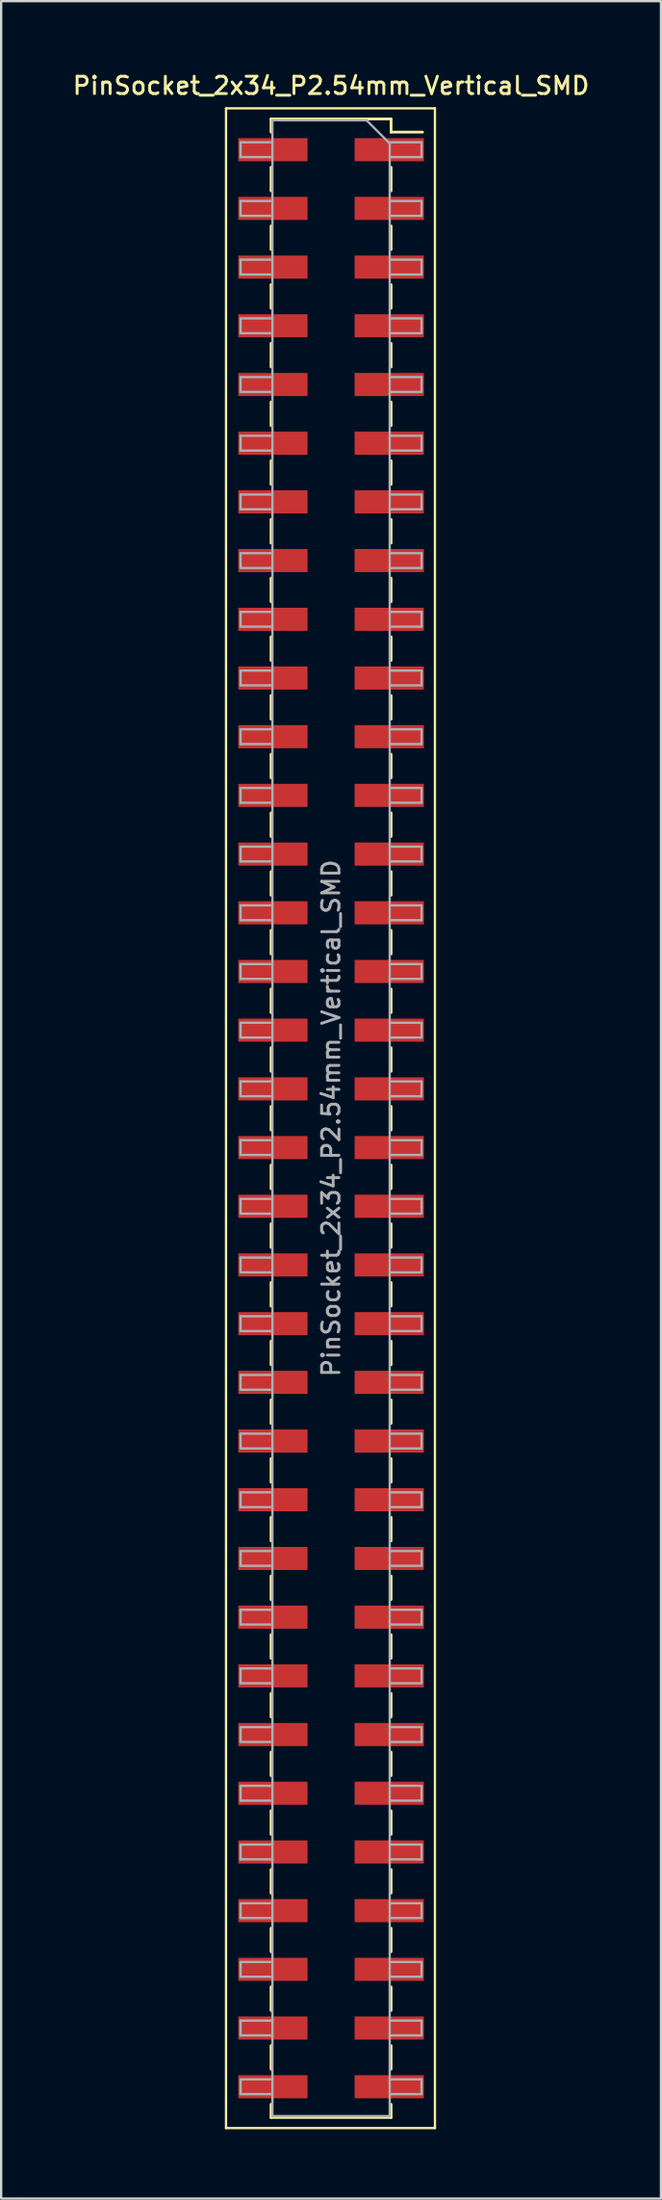
<source format=kicad_pcb>
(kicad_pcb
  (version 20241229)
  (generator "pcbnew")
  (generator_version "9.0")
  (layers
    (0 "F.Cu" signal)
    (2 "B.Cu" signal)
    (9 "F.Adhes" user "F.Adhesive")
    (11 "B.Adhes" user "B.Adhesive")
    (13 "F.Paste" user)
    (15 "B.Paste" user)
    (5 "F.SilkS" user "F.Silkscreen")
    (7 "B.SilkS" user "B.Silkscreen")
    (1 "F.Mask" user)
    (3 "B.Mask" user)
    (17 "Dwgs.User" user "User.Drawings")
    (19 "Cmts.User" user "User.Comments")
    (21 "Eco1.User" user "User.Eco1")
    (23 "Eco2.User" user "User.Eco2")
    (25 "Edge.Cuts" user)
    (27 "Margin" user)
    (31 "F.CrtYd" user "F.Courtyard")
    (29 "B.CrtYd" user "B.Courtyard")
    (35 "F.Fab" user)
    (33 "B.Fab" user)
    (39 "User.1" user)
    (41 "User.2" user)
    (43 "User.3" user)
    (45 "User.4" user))
  (footprint "PinSocket_2x34_P2.54mm_Vertical_SMD"
    (layer "F.Cu")
    (at 11.291 45.338)
    (property "Reference" "PinSocket_2x34_P2.54mm_Vertical_SMD" (at 0 -44.68 0) (layer "F.SilkS") (effects (font (size 0.75 0.75) (thickness 0.125))))
    (attr smd)
    (fp_line (start -4.55 -43.7) (end 4.5 -43.7) (stroke (width 0.1) (type solid)) (layer "F.SilkS"))
    (fp_line (start -4.55 43.7) (end -4.55 -43.7) (stroke (width 0.1) (type solid)) (layer "F.SilkS"))
    (fp_line (start -2.6 -43.24) (end -2.6 -42.67) (stroke (width 0.12) (type solid)) (layer "F.SilkS"))
    (fp_line (start -2.6 -43.24) (end 2.6 -43.24) (stroke (width 0.12) (type solid)) (layer "F.SilkS"))
    (fp_line (start -2.6 -41.15) (end -2.6 -40.13) (stroke (width 0.12) (type solid)) (layer "F.SilkS"))
    (fp_line (start -2.6 -38.61) (end -2.6 -37.59) (stroke (width 0.12) (type solid)) (layer "F.SilkS"))
    (fp_line (start -2.6 -36.07) (end -2.6 -35.05) (stroke (width 0.12) (type solid)) (layer "F.SilkS"))
    (fp_line (start -2.6 -33.53) (end -2.6 -32.51) (stroke (width 0.12) (type solid)) (layer "F.SilkS"))
    (fp_line (start -2.6 -30.99) (end -2.6 -29.97) (stroke (width 0.12) (type solid)) (layer "F.SilkS"))
    (fp_line (start -2.6 -28.45) (end -2.6 -27.43) (stroke (width 0.12) (type solid)) (layer "F.SilkS"))
    (fp_line (start -2.6 -25.91) (end -2.6 -24.89) (stroke (width 0.12) (type solid)) (layer "F.SilkS"))
    (fp_line (start -2.6 -23.37) (end -2.6 -22.35) (stroke (width 0.12) (type solid)) (layer "F.SilkS"))
    (fp_line (start -2.6 -20.83) (end -2.6 -19.81) (stroke (width 0.12) (type solid)) (layer "F.SilkS"))
    (fp_line (start -2.6 -18.29) (end -2.6 -17.27) (stroke (width 0.12) (type solid)) (layer "F.SilkS"))
    (fp_line (start -2.6 -15.75) (end -2.6 -14.73) (stroke (width 0.12) (type solid)) (layer "F.SilkS"))
    (fp_line (start -2.6 -13.21) (end -2.6 -12.19) (stroke (width 0.12) (type solid)) (layer "F.SilkS"))
    (fp_line (start -2.6 -10.67) (end -2.6 -9.65) (stroke (width 0.12) (type solid)) (layer "F.SilkS"))
    (fp_line (start -2.6 -8.13) (end -2.6 -7.11) (stroke (width 0.12) (type solid)) (layer "F.SilkS"))
    (fp_line (start -2.6 -5.59) (end -2.6 -4.57) (stroke (width 0.12) (type solid)) (layer "F.SilkS"))
    (fp_line (start -2.6 -3.05) (end -2.6 -2.03) (stroke (width 0.12) (type solid)) (layer "F.SilkS"))
    (fp_line (start -2.6 -0.51) (end -2.6 0.51) (stroke (width 0.12) (type solid)) (layer "F.SilkS"))
    (fp_line (start -2.6 2.03) (end -2.6 3.05) (stroke (width 0.12) (type solid)) (layer "F.SilkS"))
    (fp_line (start -2.6 4.57) (end -2.6 5.59) (stroke (width 0.12) (type solid)) (layer "F.SilkS"))
    (fp_line (start -2.6 7.11) (end -2.6 8.13) (stroke (width 0.12) (type solid)) (layer "F.SilkS"))
    (fp_line (start -2.6 9.65) (end -2.6 10.67) (stroke (width 0.12) (type solid)) (layer "F.SilkS"))
    (fp_line (start -2.6 12.19) (end -2.6 13.21) (stroke (width 0.12) (type solid)) (layer "F.SilkS"))
    (fp_line (start -2.6 14.73) (end -2.6 15.75) (stroke (width 0.12) (type solid)) (layer "F.SilkS"))
    (fp_line (start -2.6 17.27) (end -2.6 18.29) (stroke (width 0.12) (type solid)) (layer "F.SilkS"))
    (fp_line (start -2.6 19.81) (end -2.6 20.83) (stroke (width 0.12) (type solid)) (layer "F.SilkS"))
    (fp_line (start -2.6 22.35) (end -2.6 23.37) (stroke (width 0.12) (type solid)) (layer "F.SilkS"))
    (fp_line (start -2.6 24.89) (end -2.6 25.91) (stroke (width 0.12) (type solid)) (layer "F.SilkS"))
    (fp_line (start -2.6 27.43) (end -2.6 28.45) (stroke (width 0.12) (type solid)) (layer "F.SilkS"))
    (fp_line (start -2.6 29.97) (end -2.6 30.99) (stroke (width 0.12) (type solid)) (layer "F.SilkS"))
    (fp_line (start -2.6 32.51) (end -2.6 33.53) (stroke (width 0.12) (type solid)) (layer "F.SilkS"))
    (fp_line (start -2.6 35.05) (end -2.6 36.07) (stroke (width 0.12) (type solid)) (layer "F.SilkS"))
    (fp_line (start -2.6 37.59) (end -2.6 38.61) (stroke (width 0.12) (type solid)) (layer "F.SilkS"))
    (fp_line (start -2.6 40.13) (end -2.6 41.15) (stroke (width 0.12) (type solid)) (layer "F.SilkS"))
    (fp_line (start -2.6 42.67) (end -2.6 43.24) (stroke (width 0.12) (type solid)) (layer "F.SilkS"))
    (fp_line (start -2.6 43.24) (end 2.6 43.24) (stroke (width 0.12) (type solid)) (layer "F.SilkS"))
    (fp_line (start 2.6 -43.24) (end 2.6 -42.67) (stroke (width 0.12) (type solid)) (layer "F.SilkS"))
    (fp_line (start 2.6 -42.67) (end 3.96 -42.67) (stroke (width 0.12) (type solid)) (layer "F.SilkS"))
    (fp_line (start 2.6 -41.15) (end 2.6 -40.13) (stroke (width 0.12) (type solid)) (layer "F.SilkS"))
    (fp_line (start 2.6 -38.61) (end 2.6 -37.59) (stroke (width 0.12) (type solid)) (layer "F.SilkS"))
    (fp_line (start 2.6 -36.07) (end 2.6 -35.05) (stroke (width 0.12) (type solid)) (layer "F.SilkS"))
    (fp_line (start 2.6 -33.53) (end 2.6 -32.51) (stroke (width 0.12) (type solid)) (layer "F.SilkS"))
    (fp_line (start 2.6 -30.99) (end 2.6 -29.97) (stroke (width 0.12) (type solid)) (layer "F.SilkS"))
    (fp_line (start 2.6 -28.45) (end 2.6 -27.43) (stroke (width 0.12) (type solid)) (layer "F.SilkS"))
    (fp_line (start 2.6 -25.91) (end 2.6 -24.89) (stroke (width 0.12) (type solid)) (layer "F.SilkS"))
    (fp_line (start 2.6 -23.37) (end 2.6 -22.35) (stroke (width 0.12) (type solid)) (layer "F.SilkS"))
    (fp_line (start 2.6 -20.83) (end 2.6 -19.81) (stroke (width 0.12) (type solid)) (layer "F.SilkS"))
    (fp_line (start 2.6 -18.29) (end 2.6 -17.27) (stroke (width 0.12) (type solid)) (layer "F.SilkS"))
    (fp_line (start 2.6 -15.75) (end 2.6 -14.73) (stroke (width 0.12) (type solid)) (layer "F.SilkS"))
    (fp_line (start 2.6 -13.21) (end 2.6 -12.19) (stroke (width 0.12) (type solid)) (layer "F.SilkS"))
    (fp_line (start 2.6 -10.67) (end 2.6 -9.65) (stroke (width 0.12) (type solid)) (layer "F.SilkS"))
    (fp_line (start 2.6 -8.13) (end 2.6 -7.11) (stroke (width 0.12) (type solid)) (layer "F.SilkS"))
    (fp_line (start 2.6 -5.59) (end 2.6 -4.57) (stroke (width 0.12) (type solid)) (layer "F.SilkS"))
    (fp_line (start 2.6 -3.05) (end 2.6 -2.03) (stroke (width 0.12) (type solid)) (layer "F.SilkS"))
    (fp_line (start 2.6 -0.51) (end 2.6 0.51) (stroke (width 0.12) (type solid)) (layer "F.SilkS"))
    (fp_line (start 2.6 2.03) (end 2.6 3.05) (stroke (width 0.12) (type solid)) (layer "F.SilkS"))
    (fp_line (start 2.6 4.57) (end 2.6 5.59) (stroke (width 0.12) (type solid)) (layer "F.SilkS"))
    (fp_line (start 2.6 7.11) (end 2.6 8.13) (stroke (width 0.12) (type solid)) (layer "F.SilkS"))
    (fp_line (start 2.6 9.65) (end 2.6 10.67) (stroke (width 0.12) (type solid)) (layer "F.SilkS"))
    (fp_line (start 2.6 12.19) (end 2.6 13.21) (stroke (width 0.12) (type solid)) (layer "F.SilkS"))
    (fp_line (start 2.6 14.73) (end 2.6 15.75) (stroke (width 0.12) (type solid)) (layer "F.SilkS"))
    (fp_line (start 2.6 17.27) (end 2.6 18.29) (stroke (width 0.12) (type solid)) (layer "F.SilkS"))
    (fp_line (start 2.6 19.81) (end 2.6 20.83) (stroke (width 0.12) (type solid)) (layer "F.SilkS"))
    (fp_line (start 2.6 22.35) (end 2.6 23.37) (stroke (width 0.12) (type solid)) (layer "F.SilkS"))
    (fp_line (start 2.6 24.89) (end 2.6 25.91) (stroke (width 0.12) (type solid)) (layer "F.SilkS"))
    (fp_line (start 2.6 27.43) (end 2.6 28.45) (stroke (width 0.12) (type solid)) (layer "F.SilkS"))
    (fp_line (start 2.6 29.97) (end 2.6 30.99) (stroke (width 0.12) (type solid)) (layer "F.SilkS"))
    (fp_line (start 2.6 32.51) (end 2.6 33.53) (stroke (width 0.12) (type solid)) (layer "F.SilkS"))
    (fp_line (start 2.6 35.05) (end 2.6 36.07) (stroke (width 0.12) (type solid)) (layer "F.SilkS"))
    (fp_line (start 2.6 37.59) (end 2.6 38.61) (stroke (width 0.12) (type solid)) (layer "F.SilkS"))
    (fp_line (start 2.6 40.13) (end 2.6 41.15) (stroke (width 0.12) (type solid)) (layer "F.SilkS"))
    (fp_line (start 2.6 42.67) (end 2.6 43.24) (stroke (width 0.12) (type solid)) (layer "F.SilkS"))
    (fp_line (start 4.5 -43.7) (end 4.5 43.7) (stroke (width 0.1) (type solid)) (layer "F.SilkS"))
    (fp_line (start 4.5 43.7) (end -4.55 43.7) (stroke (width 0.1) (type solid)) (layer "F.SilkS"))
    (fp_line (start -3.92 -42.23) (end -2.54 -42.23) (stroke (width 0.1) (type solid)) (layer "F.Fab"))
    (fp_line (start -3.92 -41.59) (end -3.92 -42.23) (stroke (width 0.1) (type solid)) (layer "F.Fab"))
    (fp_line (start -3.92 -39.69) (end -2.54 -39.69) (stroke (width 0.1) (type solid)) (layer "F.Fab"))
    (fp_line (start -3.92 -39.05) (end -3.92 -39.69) (stroke (width 0.1) (type solid)) (layer "F.Fab"))
    (fp_line (start -3.92 -37.15) (end -2.54 -37.15) (stroke (width 0.1) (type solid)) (layer "F.Fab"))
    (fp_line (start -3.92 -36.51) (end -3.92 -37.15) (stroke (width 0.1) (type solid)) (layer "F.Fab"))
    (fp_line (start -3.92 -34.61) (end -2.54 -34.61) (stroke (width 0.1) (type solid)) (layer "F.Fab"))
    (fp_line (start -3.92 -33.97) (end -3.92 -34.61) (stroke (width 0.1) (type solid)) (layer "F.Fab"))
    (fp_line (start -3.92 -32.07) (end -2.54 -32.07) (stroke (width 0.1) (type solid)) (layer "F.Fab"))
    (fp_line (start -3.92 -31.43) (end -3.92 -32.07) (stroke (width 0.1) (type solid)) (layer "F.Fab"))
    (fp_line (start -3.92 -29.53) (end -2.54 -29.53) (stroke (width 0.1) (type solid)) (layer "F.Fab"))
    (fp_line (start -3.92 -28.89) (end -3.92 -29.53) (stroke (width 0.1) (type solid)) (layer "F.Fab"))
    (fp_line (start -3.92 -26.99) (end -2.54 -26.99) (stroke (width 0.1) (type solid)) (layer "F.Fab"))
    (fp_line (start -3.92 -26.35) (end -3.92 -26.99) (stroke (width 0.1) (type solid)) (layer "F.Fab"))
    (fp_line (start -3.92 -24.45) (end -2.54 -24.45) (stroke (width 0.1) (type solid)) (layer "F.Fab"))
    (fp_line (start -3.92 -23.81) (end -3.92 -24.45) (stroke (width 0.1) (type solid)) (layer "F.Fab"))
    (fp_line (start -3.92 -21.91) (end -2.54 -21.91) (stroke (width 0.1) (type solid)) (layer "F.Fab"))
    (fp_line (start -3.92 -21.27) (end -3.92 -21.91) (stroke (width 0.1) (type solid)) (layer "F.Fab"))
    (fp_line (start -3.92 -19.37) (end -2.54 -19.37) (stroke (width 0.1) (type solid)) (layer "F.Fab"))
    (fp_line (start -3.92 -18.73) (end -3.92 -19.37) (stroke (width 0.1) (type solid)) (layer "F.Fab"))
    (fp_line (start -3.92 -16.83) (end -2.54 -16.83) (stroke (width 0.1) (type solid)) (layer "F.Fab"))
    (fp_line (start -3.92 -16.19) (end -3.92 -16.83) (stroke (width 0.1) (type solid)) (layer "F.Fab"))
    (fp_line (start -3.92 -14.29) (end -2.54 -14.29) (stroke (width 0.1) (type solid)) (layer "F.Fab"))
    (fp_line (start -3.92 -13.65) (end -3.92 -14.29) (stroke (width 0.1) (type solid)) (layer "F.Fab"))
    (fp_line (start -3.92 -11.75) (end -2.54 -11.75) (stroke (width 0.1) (type solid)) (layer "F.Fab"))
    (fp_line (start -3.92 -11.11) (end -3.92 -11.75) (stroke (width 0.1) (type solid)) (layer "F.Fab"))
    (fp_line (start -3.92 -9.21) (end -2.54 -9.21) (stroke (width 0.1) (type solid)) (layer "F.Fab"))
    (fp_line (start -3.92 -8.57) (end -3.92 -9.21) (stroke (width 0.1) (type solid)) (layer "F.Fab"))
    (fp_line (start -3.92 -6.67) (end -2.54 -6.67) (stroke (width 0.1) (type solid)) (layer "F.Fab"))
    (fp_line (start -3.92 -6.03) (end -3.92 -6.67) (stroke (width 0.1) (type solid)) (layer "F.Fab"))
    (fp_line (start -3.92 -4.13) (end -2.54 -4.13) (stroke (width 0.1) (type solid)) (layer "F.Fab"))
    (fp_line (start -3.92 -3.49) (end -3.92 -4.13) (stroke (width 0.1) (type solid)) (layer "F.Fab"))
    (fp_line (start -3.92 -1.59) (end -2.54 -1.59) (stroke (width 0.1) (type solid)) (layer "F.Fab"))
    (fp_line (start -3.92 -0.95) (end -3.92 -1.59) (stroke (width 0.1) (type solid)) (layer "F.Fab"))
    (fp_line (start -3.92 0.95) (end -2.54 0.95) (stroke (width 0.1) (type solid)) (layer "F.Fab"))
    (fp_line (start -3.92 1.59) (end -3.92 0.95) (stroke (width 0.1) (type solid)) (layer "F.Fab"))
    (fp_line (start -3.92 3.49) (end -2.54 3.49) (stroke (width 0.1) (type solid)) (layer "F.Fab"))
    (fp_line (start -3.92 4.13) (end -3.92 3.49) (stroke (width 0.1) (type solid)) (layer "F.Fab"))
    (fp_line (start -3.92 6.03) (end -2.54 6.03) (stroke (width 0.1) (type solid)) (layer "F.Fab"))
    (fp_line (start -3.92 6.67) (end -3.92 6.03) (stroke (width 0.1) (type solid)) (layer "F.Fab"))
    (fp_line (start -3.92 8.57) (end -2.54 8.57) (stroke (width 0.1) (type solid)) (layer "F.Fab"))
    (fp_line (start -3.92 9.21) (end -3.92 8.57) (stroke (width 0.1) (type solid)) (layer "F.Fab"))
    (fp_line (start -3.92 11.11) (end -2.54 11.11) (stroke (width 0.1) (type solid)) (layer "F.Fab"))
    (fp_line (start -3.92 11.75) (end -3.92 11.11) (stroke (width 0.1) (type solid)) (layer "F.Fab"))
    (fp_line (start -3.92 13.65) (end -2.54 13.65) (stroke (width 0.1) (type solid)) (layer "F.Fab"))
    (fp_line (start -3.92 14.29) (end -3.92 13.65) (stroke (width 0.1) (type solid)) (layer "F.Fab"))
    (fp_line (start -3.92 16.19) (end -2.54 16.19) (stroke (width 0.1) (type solid)) (layer "F.Fab"))
    (fp_line (start -3.92 16.83) (end -3.92 16.19) (stroke (width 0.1) (type solid)) (layer "F.Fab"))
    (fp_line (start -3.92 18.73) (end -2.54 18.73) (stroke (width 0.1) (type solid)) (layer "F.Fab"))
    (fp_line (start -3.92 19.37) (end -3.92 18.73) (stroke (width 0.1) (type solid)) (layer "F.Fab"))
    (fp_line (start -3.92 21.27) (end -2.54 21.27) (stroke (width 0.1) (type solid)) (layer "F.Fab"))
    (fp_line (start -3.92 21.91) (end -3.92 21.27) (stroke (width 0.1) (type solid)) (layer "F.Fab"))
    (fp_line (start -3.92 23.81) (end -2.54 23.81) (stroke (width 0.1) (type solid)) (layer "F.Fab"))
    (fp_line (start -3.92 24.45) (end -3.92 23.81) (stroke (width 0.1) (type solid)) (layer "F.Fab"))
    (fp_line (start -3.92 26.35) (end -2.54 26.35) (stroke (width 0.1) (type solid)) (layer "F.Fab"))
    (fp_line (start -3.92 26.99) (end -3.92 26.35) (stroke (width 0.1) (type solid)) (layer "F.Fab"))
    (fp_line (start -3.92 28.89) (end -2.54 28.89) (stroke (width 0.1) (type solid)) (layer "F.Fab"))
    (fp_line (start -3.92 29.53) (end -3.92 28.89) (stroke (width 0.1) (type solid)) (layer "F.Fab"))
    (fp_line (start -3.92 31.43) (end -2.54 31.43) (stroke (width 0.1) (type solid)) (layer "F.Fab"))
    (fp_line (start -3.92 32.07) (end -3.92 31.43) (stroke (width 0.1) (type solid)) (layer "F.Fab"))
    (fp_line (start -3.92 33.97) (end -2.54 33.97) (stroke (width 0.1) (type solid)) (layer "F.Fab"))
    (fp_line (start -3.92 34.61) (end -3.92 33.97) (stroke (width 0.1) (type solid)) (layer "F.Fab"))
    (fp_line (start -3.92 36.51) (end -2.54 36.51) (stroke (width 0.1) (type solid)) (layer "F.Fab"))
    (fp_line (start -3.92 37.15) (end -3.92 36.51) (stroke (width 0.1) (type solid)) (layer "F.Fab"))
    (fp_line (start -3.92 39.05) (end -2.54 39.05) (stroke (width 0.1) (type solid)) (layer "F.Fab"))
    (fp_line (start -3.92 39.69) (end -3.92 39.05) (stroke (width 0.1) (type solid)) (layer "F.Fab"))
    (fp_line (start -3.92 41.59) (end -2.54 41.59) (stroke (width 0.1) (type solid)) (layer "F.Fab"))
    (fp_line (start -3.92 42.23) (end -3.92 41.59) (stroke (width 0.1) (type solid)) (layer "F.Fab"))
    (fp_line (start -2.54 -43.18) (end 1.54 -43.18) (stroke (width 0.1) (type solid)) (layer "F.Fab"))
    (fp_line (start -2.54 -41.59) (end -3.92 -41.59) (stroke (width 0.1) (type solid)) (layer "F.Fab"))
    (fp_line (start -2.54 -39.05) (end -3.92 -39.05) (stroke (width 0.1) (type solid)) (layer "F.Fab"))
    (fp_line (start -2.54 -36.51) (end -3.92 -36.51) (stroke (width 0.1) (type solid)) (layer "F.Fab"))
    (fp_line (start -2.54 -33.97) (end -3.92 -33.97) (stroke (width 0.1) (type solid)) (layer "F.Fab"))
    (fp_line (start -2.54 -31.43) (end -3.92 -31.43) (stroke (width 0.1) (type solid)) (layer "F.Fab"))
    (fp_line (start -2.54 -28.89) (end -3.92 -28.89) (stroke (width 0.1) (type solid)) (layer "F.Fab"))
    (fp_line (start -2.54 -26.35) (end -3.92 -26.35) (stroke (width 0.1) (type solid)) (layer "F.Fab"))
    (fp_line (start -2.54 -23.81) (end -3.92 -23.81) (stroke (width 0.1) (type solid)) (layer "F.Fab"))
    (fp_line (start -2.54 -21.27) (end -3.92 -21.27) (stroke (width 0.1) (type solid)) (layer "F.Fab"))
    (fp_line (start -2.54 -18.73) (end -3.92 -18.73) (stroke (width 0.1) (type solid)) (layer "F.Fab"))
    (fp_line (start -2.54 -16.19) (end -3.92 -16.19) (stroke (width 0.1) (type solid)) (layer "F.Fab"))
    (fp_line (start -2.54 -13.65) (end -3.92 -13.65) (stroke (width 0.1) (type solid)) (layer "F.Fab"))
    (fp_line (start -2.54 -11.11) (end -3.92 -11.11) (stroke (width 0.1) (type solid)) (layer "F.Fab"))
    (fp_line (start -2.54 -8.57) (end -3.92 -8.57) (stroke (width 0.1) (type solid)) (layer "F.Fab"))
    (fp_line (start -2.54 -6.03) (end -3.92 -6.03) (stroke (width 0.1) (type solid)) (layer "F.Fab"))
    (fp_line (start -2.54 -3.49) (end -3.92 -3.49) (stroke (width 0.1) (type solid)) (layer "F.Fab"))
    (fp_line (start -2.54 -0.95) (end -3.92 -0.95) (stroke (width 0.1) (type solid)) (layer "F.Fab"))
    (fp_line (start -2.54 1.59) (end -3.92 1.59) (stroke (width 0.1) (type solid)) (layer "F.Fab"))
    (fp_line (start -2.54 4.13) (end -3.92 4.13) (stroke (width 0.1) (type solid)) (layer "F.Fab"))
    (fp_line (start -2.54 6.67) (end -3.92 6.67) (stroke (width 0.1) (type solid)) (layer "F.Fab"))
    (fp_line (start -2.54 9.21) (end -3.92 9.21) (stroke (width 0.1) (type solid)) (layer "F.Fab"))
    (fp_line (start -2.54 11.75) (end -3.92 11.75) (stroke (width 0.1) (type solid)) (layer "F.Fab"))
    (fp_line (start -2.54 14.29) (end -3.92 14.29) (stroke (width 0.1) (type solid)) (layer "F.Fab"))
    (fp_line (start -2.54 16.83) (end -3.92 16.83) (stroke (width 0.1) (type solid)) (layer "F.Fab"))
    (fp_line (start -2.54 19.37) (end -3.92 19.37) (stroke (width 0.1) (type solid)) (layer "F.Fab"))
    (fp_line (start -2.54 21.91) (end -3.92 21.91) (stroke (width 0.1) (type solid)) (layer "F.Fab"))
    (fp_line (start -2.54 24.45) (end -3.92 24.45) (stroke (width 0.1) (type solid)) (layer "F.Fab"))
    (fp_line (start -2.54 26.99) (end -3.92 26.99) (stroke (width 0.1) (type solid)) (layer "F.Fab"))
    (fp_line (start -2.54 29.53) (end -3.92 29.53) (stroke (width 0.1) (type solid)) (layer "F.Fab"))
    (fp_line (start -2.54 32.07) (end -3.92 32.07) (stroke (width 0.1) (type solid)) (layer "F.Fab"))
    (fp_line (start -2.54 34.61) (end -3.92 34.61) (stroke (width 0.1) (type solid)) (layer "F.Fab"))
    (fp_line (start -2.54 37.15) (end -3.92 37.15) (stroke (width 0.1) (type solid)) (layer "F.Fab"))
    (fp_line (start -2.54 39.69) (end -3.92 39.69) (stroke (width 0.1) (type solid)) (layer "F.Fab"))
    (fp_line (start -2.54 42.23) (end -3.92 42.23) (stroke (width 0.1) (type solid)) (layer "F.Fab"))
    (fp_line (start -2.54 43.18) (end -2.54 -43.18) (stroke (width 0.1) (type solid)) (layer "F.Fab"))
    (fp_line (start 1.54 -43.18) (end 2.54 -42.18) (stroke (width 0.1) (type solid)) (layer "F.Fab"))
    (fp_line (start 2.54 -42.23) (end 3.92 -42.23) (stroke (width 0.1) (type solid)) (layer "F.Fab"))
    (fp_line (start 2.54 -42.18) (end 2.54 43.18) (stroke (width 0.1) (type solid)) (layer "F.Fab"))
    (fp_line (start 2.54 -39.69) (end 3.92 -39.69) (stroke (width 0.1) (type solid)) (layer "F.Fab"))
    (fp_line (start 2.54 -37.15) (end 3.92 -37.15) (stroke (width 0.1) (type solid)) (layer "F.Fab"))
    (fp_line (start 2.54 -34.61) (end 3.92 -34.61) (stroke (width 0.1) (type solid)) (layer "F.Fab"))
    (fp_line (start 2.54 -32.07) (end 3.92 -32.07) (stroke (width 0.1) (type solid)) (layer "F.Fab"))
    (fp_line (start 2.54 -29.53) (end 3.92 -29.53) (stroke (width 0.1) (type solid)) (layer "F.Fab"))
    (fp_line (start 2.54 -26.99) (end 3.92 -26.99) (stroke (width 0.1) (type solid)) (layer "F.Fab"))
    (fp_line (start 2.54 -24.45) (end 3.92 -24.45) (stroke (width 0.1) (type solid)) (layer "F.Fab"))
    (fp_line (start 2.54 -21.91) (end 3.92 -21.91) (stroke (width 0.1) (type solid)) (layer "F.Fab"))
    (fp_line (start 2.54 -19.37) (end 3.92 -19.37) (stroke (width 0.1) (type solid)) (layer "F.Fab"))
    (fp_line (start 2.54 -16.83) (end 3.92 -16.83) (stroke (width 0.1) (type solid)) (layer "F.Fab"))
    (fp_line (start 2.54 -14.29) (end 3.92 -14.29) (stroke (width 0.1) (type solid)) (layer "F.Fab"))
    (fp_line (start 2.54 -11.75) (end 3.92 -11.75) (stroke (width 0.1) (type solid)) (layer "F.Fab"))
    (fp_line (start 2.54 -9.21) (end 3.92 -9.21) (stroke (width 0.1) (type solid)) (layer "F.Fab"))
    (fp_line (start 2.54 -6.67) (end 3.92 -6.67) (stroke (width 0.1) (type solid)) (layer "F.Fab"))
    (fp_line (start 2.54 -4.13) (end 3.92 -4.13) (stroke (width 0.1) (type solid)) (layer "F.Fab"))
    (fp_line (start 2.54 -1.59) (end 3.92 -1.59) (stroke (width 0.1) (type solid)) (layer "F.Fab"))
    (fp_line (start 2.54 0.95) (end 3.92 0.95) (stroke (width 0.1) (type solid)) (layer "F.Fab"))
    (fp_line (start 2.54 3.49) (end 3.92 3.49) (stroke (width 0.1) (type solid)) (layer "F.Fab"))
    (fp_line (start 2.54 6.03) (end 3.92 6.03) (stroke (width 0.1) (type solid)) (layer "F.Fab"))
    (fp_line (start 2.54 8.57) (end 3.92 8.57) (stroke (width 0.1) (type solid)) (layer "F.Fab"))
    (fp_line (start 2.54 11.11) (end 3.92 11.11) (stroke (width 0.1) (type solid)) (layer "F.Fab"))
    (fp_line (start 2.54 13.65) (end 3.92 13.65) (stroke (width 0.1) (type solid)) (layer "F.Fab"))
    (fp_line (start 2.54 16.19) (end 3.92 16.19) (stroke (width 0.1) (type solid)) (layer "F.Fab"))
    (fp_line (start 2.54 18.73) (end 3.92 18.73) (stroke (width 0.1) (type solid)) (layer "F.Fab"))
    (fp_line (start 2.54 21.27) (end 3.92 21.27) (stroke (width 0.1) (type solid)) (layer "F.Fab"))
    (fp_line (start 2.54 23.81) (end 3.92 23.81) (stroke (width 0.1) (type solid)) (layer "F.Fab"))
    (fp_line (start 2.54 26.35) (end 3.92 26.35) (stroke (width 0.1) (type solid)) (layer "F.Fab"))
    (fp_line (start 2.54 28.89) (end 3.92 28.89) (stroke (width 0.1) (type solid)) (layer "F.Fab"))
    (fp_line (start 2.54 31.43) (end 3.92 31.43) (stroke (width 0.1) (type solid)) (layer "F.Fab"))
    (fp_line (start 2.54 33.97) (end 3.92 33.97) (stroke (width 0.1) (type solid)) (layer "F.Fab"))
    (fp_line (start 2.54 36.51) (end 3.92 36.51) (stroke (width 0.1) (type solid)) (layer "F.Fab"))
    (fp_line (start 2.54 39.05) (end 3.92 39.05) (stroke (width 0.1) (type solid)) (layer "F.Fab"))
    (fp_line (start 2.54 41.59) (end 3.92 41.59) (stroke (width 0.1) (type solid)) (layer "F.Fab"))
    (fp_line (start 2.54 43.18) (end -2.54 43.18) (stroke (width 0.1) (type solid)) (layer "F.Fab"))
    (fp_line (start 3.92 -42.23) (end 3.92 -41.59) (stroke (width 0.1) (type solid)) (layer "F.Fab"))
    (fp_line (start 3.92 -41.59) (end 2.54 -41.59) (stroke (width 0.1) (type solid)) (layer "F.Fab"))
    (fp_line (start 3.92 -39.69) (end 3.92 -39.05) (stroke (width 0.1) (type solid)) (layer "F.Fab"))
    (fp_line (start 3.92 -39.05) (end 2.54 -39.05) (stroke (width 0.1) (type solid)) (layer "F.Fab"))
    (fp_line (start 3.92 -37.15) (end 3.92 -36.51) (stroke (width 0.1) (type solid)) (layer "F.Fab"))
    (fp_line (start 3.92 -36.51) (end 2.54 -36.51) (stroke (width 0.1) (type solid)) (layer "F.Fab"))
    (fp_line (start 3.92 -34.61) (end 3.92 -33.97) (stroke (width 0.1) (type solid)) (layer "F.Fab"))
    (fp_line (start 3.92 -33.97) (end 2.54 -33.97) (stroke (width 0.1) (type solid)) (layer "F.Fab"))
    (fp_line (start 3.92 -32.07) (end 3.92 -31.43) (stroke (width 0.1) (type solid)) (layer "F.Fab"))
    (fp_line (start 3.92 -31.43) (end 2.54 -31.43) (stroke (width 0.1) (type solid)) (layer "F.Fab"))
    (fp_line (start 3.92 -29.53) (end 3.92 -28.89) (stroke (width 0.1) (type solid)) (layer "F.Fab"))
    (fp_line (start 3.92 -28.89) (end 2.54 -28.89) (stroke (width 0.1) (type solid)) (layer "F.Fab"))
    (fp_line (start 3.92 -26.99) (end 3.92 -26.35) (stroke (width 0.1) (type solid)) (layer "F.Fab"))
    (fp_line (start 3.92 -26.35) (end 2.54 -26.35) (stroke (width 0.1) (type solid)) (layer "F.Fab"))
    (fp_line (start 3.92 -24.45) (end 3.92 -23.81) (stroke (width 0.1) (type solid)) (layer "F.Fab"))
    (fp_line (start 3.92 -23.81) (end 2.54 -23.81) (stroke (width 0.1) (type solid)) (layer "F.Fab"))
    (fp_line (start 3.92 -21.91) (end 3.92 -21.27) (stroke (width 0.1) (type solid)) (layer "F.Fab"))
    (fp_line (start 3.92 -21.27) (end 2.54 -21.27) (stroke (width 0.1) (type solid)) (layer "F.Fab"))
    (fp_line (start 3.92 -19.37) (end 3.92 -18.73) (stroke (width 0.1) (type solid)) (layer "F.Fab"))
    (fp_line (start 3.92 -18.73) (end 2.54 -18.73) (stroke (width 0.1) (type solid)) (layer "F.Fab"))
    (fp_line (start 3.92 -16.83) (end 3.92 -16.19) (stroke (width 0.1) (type solid)) (layer "F.Fab"))
    (fp_line (start 3.92 -16.19) (end 2.54 -16.19) (stroke (width 0.1) (type solid)) (layer "F.Fab"))
    (fp_line (start 3.92 -14.29) (end 3.92 -13.65) (stroke (width 0.1) (type solid)) (layer "F.Fab"))
    (fp_line (start 3.92 -13.65) (end 2.54 -13.65) (stroke (width 0.1) (type solid)) (layer "F.Fab"))
    (fp_line (start 3.92 -11.75) (end 3.92 -11.11) (stroke (width 0.1) (type solid)) (layer "F.Fab"))
    (fp_line (start 3.92 -11.11) (end 2.54 -11.11) (stroke (width 0.1) (type solid)) (layer "F.Fab"))
    (fp_line (start 3.92 -9.21) (end 3.92 -8.57) (stroke (width 0.1) (type solid)) (layer "F.Fab"))
    (fp_line (start 3.92 -8.57) (end 2.54 -8.57) (stroke (width 0.1) (type solid)) (layer "F.Fab"))
    (fp_line (start 3.92 -6.67) (end 3.92 -6.03) (stroke (width 0.1) (type solid)) (layer "F.Fab"))
    (fp_line (start 3.92 -6.03) (end 2.54 -6.03) (stroke (width 0.1) (type solid)) (layer "F.Fab"))
    (fp_line (start 3.92 -4.13) (end 3.92 -3.49) (stroke (width 0.1) (type solid)) (layer "F.Fab"))
    (fp_line (start 3.92 -3.49) (end 2.54 -3.49) (stroke (width 0.1) (type solid)) (layer "F.Fab"))
    (fp_line (start 3.92 -1.59) (end 3.92 -0.95) (stroke (width 0.1) (type solid)) (layer "F.Fab"))
    (fp_line (start 3.92 -0.95) (end 2.54 -0.95) (stroke (width 0.1) (type solid)) (layer "F.Fab"))
    (fp_line (start 3.92 0.95) (end 3.92 1.59) (stroke (width 0.1) (type solid)) (layer "F.Fab"))
    (fp_line (start 3.92 1.59) (end 2.54 1.59) (stroke (width 0.1) (type solid)) (layer "F.Fab"))
    (fp_line (start 3.92 3.49) (end 3.92 4.13) (stroke (width 0.1) (type solid)) (layer "F.Fab"))
    (fp_line (start 3.92 4.13) (end 2.54 4.13) (stroke (width 0.1) (type solid)) (layer "F.Fab"))
    (fp_line (start 3.92 6.03) (end 3.92 6.67) (stroke (width 0.1) (type solid)) (layer "F.Fab"))
    (fp_line (start 3.92 6.67) (end 2.54 6.67) (stroke (width 0.1) (type solid)) (layer "F.Fab"))
    (fp_line (start 3.92 8.57) (end 3.92 9.21) (stroke (width 0.1) (type solid)) (layer "F.Fab"))
    (fp_line (start 3.92 9.21) (end 2.54 9.21) (stroke (width 0.1) (type solid)) (layer "F.Fab"))
    (fp_line (start 3.92 11.11) (end 3.92 11.75) (stroke (width 0.1) (type solid)) (layer "F.Fab"))
    (fp_line (start 3.92 11.75) (end 2.54 11.75) (stroke (width 0.1) (type solid)) (layer "F.Fab"))
    (fp_line (start 3.92 13.65) (end 3.92 14.29) (stroke (width 0.1) (type solid)) (layer "F.Fab"))
    (fp_line (start 3.92 14.29) (end 2.54 14.29) (stroke (width 0.1) (type solid)) (layer "F.Fab"))
    (fp_line (start 3.92 16.19) (end 3.92 16.83) (stroke (width 0.1) (type solid)) (layer "F.Fab"))
    (fp_line (start 3.92 16.83) (end 2.54 16.83) (stroke (width 0.1) (type solid)) (layer "F.Fab"))
    (fp_line (start 3.92 18.73) (end 3.92 19.37) (stroke (width 0.1) (type solid)) (layer "F.Fab"))
    (fp_line (start 3.92 19.37) (end 2.54 19.37) (stroke (width 0.1) (type solid)) (layer "F.Fab"))
    (fp_line (start 3.92 21.27) (end 3.92 21.91) (stroke (width 0.1) (type solid)) (layer "F.Fab"))
    (fp_line (start 3.92 21.91) (end 2.54 21.91) (stroke (width 0.1) (type solid)) (layer "F.Fab"))
    (fp_line (start 3.92 23.81) (end 3.92 24.45) (stroke (width 0.1) (type solid)) (layer "F.Fab"))
    (fp_line (start 3.92 24.45) (end 2.54 24.45) (stroke (width 0.1) (type solid)) (layer "F.Fab"))
    (fp_line (start 3.92 26.35) (end 3.92 26.99) (stroke (width 0.1) (type solid)) (layer "F.Fab"))
    (fp_line (start 3.92 26.99) (end 2.54 26.99) (stroke (width 0.1) (type solid)) (layer "F.Fab"))
    (fp_line (start 3.92 28.89) (end 3.92 29.53) (stroke (width 0.1) (type solid)) (layer "F.Fab"))
    (fp_line (start 3.92 29.53) (end 2.54 29.53) (stroke (width 0.1) (type solid)) (layer "F.Fab"))
    (fp_line (start 3.92 31.43) (end 3.92 32.07) (stroke (width 0.1) (type solid)) (layer "F.Fab"))
    (fp_line (start 3.92 32.07) (end 2.54 32.07) (stroke (width 0.1) (type solid)) (layer "F.Fab"))
    (fp_line (start 3.92 33.97) (end 3.92 34.61) (stroke (width 0.1) (type solid)) (layer "F.Fab"))
    (fp_line (start 3.92 34.61) (end 2.54 34.61) (stroke (width 0.1) (type solid)) (layer "F.Fab"))
    (fp_line (start 3.92 36.51) (end 3.92 37.15) (stroke (width 0.1) (type solid)) (layer "F.Fab"))
    (fp_line (start 3.92 37.15) (end 2.54 37.15) (stroke (width 0.1) (type solid)) (layer "F.Fab"))
    (fp_line (start 3.92 39.05) (end 3.92 39.69) (stroke (width 0.1) (type solid)) (layer "F.Fab"))
    (fp_line (start 3.92 39.69) (end 2.54 39.69) (stroke (width 0.1) (type solid)) (layer "F.Fab"))
    (fp_line (start 3.92 41.59) (end 3.92 42.23) (stroke (width 0.1) (type solid)) (layer "F.Fab"))
    (fp_line (start 3.92 42.23) (end 2.54 42.23) (stroke (width 0.1) (type solid)) (layer "F.Fab"))
    (fp_text user "${REFERENCE}" (at 0 0 90) (layer "F.Fab") (effects (font (size 0.75 0.75) (thickness 0.125))))
    (pad "1" smd rect (at 2.52 -41.91) (size 3 1) (layers "F.Cu" "F.Mask" "F.Paste"))
    (pad "2" smd rect (at -2.52 -41.91) (size 3 1) (layers "F.Cu" "F.Mask" "F.Paste"))
    (pad "3" smd rect (at 2.52 -39.37) (size 3 1) (layers "F.Cu" "F.Mask" "F.Paste"))
    (pad "4" smd rect (at -2.52 -39.37) (size 3 1) (layers "F.Cu" "F.Mask" "F.Paste"))
    (pad "5" smd rect (at 2.52 -36.83) (size 3 1) (layers "F.Cu" "F.Mask" "F.Paste"))
    (pad "6" smd rect (at -2.52 -36.83) (size 3 1) (layers "F.Cu" "F.Mask" "F.Paste"))
    (pad "7" smd rect (at 2.52 -34.29) (size 3 1) (layers "F.Cu" "F.Mask" "F.Paste"))
    (pad "8" smd rect (at -2.52 -34.29) (size 3 1) (layers "F.Cu" "F.Mask" "F.Paste"))
    (pad "9" smd rect (at 2.52 -31.75) (size 3 1) (layers "F.Cu" "F.Mask" "F.Paste"))
    (pad "10" smd rect (at -2.52 -31.75) (size 3 1) (layers "F.Cu" "F.Mask" "F.Paste"))
    (pad "11" smd rect (at 2.52 -29.21) (size 3 1) (layers "F.Cu" "F.Mask" "F.Paste"))
    (pad "12" smd rect (at -2.52 -29.21) (size 3 1) (layers "F.Cu" "F.Mask" "F.Paste"))
    (pad "13" smd rect (at 2.52 -26.67) (size 3 1) (layers "F.Cu" "F.Mask" "F.Paste"))
    (pad "14" smd rect (at -2.52 -26.67) (size 3 1) (layers "F.Cu" "F.Mask" "F.Paste"))
    (pad "15" smd rect (at 2.52 -24.13) (size 3 1) (layers "F.Cu" "F.Mask" "F.Paste"))
    (pad "16" smd rect (at -2.52 -24.13) (size 3 1) (layers "F.Cu" "F.Mask" "F.Paste"))
    (pad "17" smd rect (at 2.52 -21.59) (size 3 1) (layers "F.Cu" "F.Mask" "F.Paste"))
    (pad "18" smd rect (at -2.52 -21.59) (size 3 1) (layers "F.Cu" "F.Mask" "F.Paste"))
    (pad "19" smd rect (at 2.52 -19.05) (size 3 1) (layers "F.Cu" "F.Mask" "F.Paste"))
    (pad "20" smd rect (at -2.52 -19.05) (size 3 1) (layers "F.Cu" "F.Mask" "F.Paste"))
    (pad "21" smd rect (at 2.52 -16.51) (size 3 1) (layers "F.Cu" "F.Mask" "F.Paste"))
    (pad "22" smd rect (at -2.52 -16.51) (size 3 1) (layers "F.Cu" "F.Mask" "F.Paste"))
    (pad "23" smd rect (at 2.52 -13.97) (size 3 1) (layers "F.Cu" "F.Mask" "F.Paste"))
    (pad "24" smd rect (at -2.52 -13.97) (size 3 1) (layers "F.Cu" "F.Mask" "F.Paste"))
    (pad "25" smd rect (at 2.52 -11.43) (size 3 1) (layers "F.Cu" "F.Mask" "F.Paste"))
    (pad "26" smd rect (at -2.52 -11.43) (size 3 1) (layers "F.Cu" "F.Mask" "F.Paste"))
    (pad "27" smd rect (at 2.52 -8.89) (size 3 1) (layers "F.Cu" "F.Mask" "F.Paste"))
    (pad "28" smd rect (at -2.52 -8.89) (size 3 1) (layers "F.Cu" "F.Mask" "F.Paste"))
    (pad "29" smd rect (at 2.52 -6.35) (size 3 1) (layers "F.Cu" "F.Mask" "F.Paste"))
    (pad "30" smd rect (at -2.52 -6.35) (size 3 1) (layers "F.Cu" "F.Mask" "F.Paste"))
    (pad "31" smd rect (at 2.52 -3.81) (size 3 1) (layers "F.Cu" "F.Mask" "F.Paste"))
    (pad "32" smd rect (at -2.52 -3.81) (size 3 1) (layers "F.Cu" "F.Mask" "F.Paste"))
    (pad "33" smd rect (at 2.52 -1.27) (size 3 1) (layers "F.Cu" "F.Mask" "F.Paste"))
    (pad "34" smd rect (at -2.52 -1.27) (size 3 1) (layers "F.Cu" "F.Mask" "F.Paste"))
    (pad "35" smd rect (at 2.52 1.27) (size 3 1) (layers "F.Cu" "F.Mask" "F.Paste"))
    (pad "36" smd rect (at -2.52 1.27) (size 3 1) (layers "F.Cu" "F.Mask" "F.Paste"))
    (pad "37" smd rect (at 2.52 3.81) (size 3 1) (layers "F.Cu" "F.Mask" "F.Paste"))
    (pad "38" smd rect (at -2.52 3.81) (size 3 1) (layers "F.Cu" "F.Mask" "F.Paste"))
    (pad "39" smd rect (at 2.52 6.35) (size 3 1) (layers "F.Cu" "F.Mask" "F.Paste"))
    (pad "40" smd rect (at -2.52 6.35) (size 3 1) (layers "F.Cu" "F.Mask" "F.Paste"))
    (pad "41" smd rect (at 2.52 8.89) (size 3 1) (layers "F.Cu" "F.Mask" "F.Paste"))
    (pad "42" smd rect (at -2.52 8.89) (size 3 1) (layers "F.Cu" "F.Mask" "F.Paste"))
    (pad "43" smd rect (at 2.52 11.43) (size 3 1) (layers "F.Cu" "F.Mask" "F.Paste"))
    (pad "44" smd rect (at -2.52 11.43) (size 3 1) (layers "F.Cu" "F.Mask" "F.Paste"))
    (pad "45" smd rect (at 2.52 13.97) (size 3 1) (layers "F.Cu" "F.Mask" "F.Paste"))
    (pad "46" smd rect (at -2.52 13.97) (size 3 1) (layers "F.Cu" "F.Mask" "F.Paste"))
    (pad "47" smd rect (at 2.52 16.51) (size 3 1) (layers "F.Cu" "F.Mask" "F.Paste"))
    (pad "48" smd rect (at -2.52 16.51) (size 3 1) (layers "F.Cu" "F.Mask" "F.Paste"))
    (pad "49" smd rect (at 2.52 19.05) (size 3 1) (layers "F.Cu" "F.Mask" "F.Paste"))
    (pad "50" smd rect (at -2.52 19.05) (size 3 1) (layers "F.Cu" "F.Mask" "F.Paste"))
    (pad "51" smd rect (at 2.52 21.59) (size 3 1) (layers "F.Cu" "F.Mask" "F.Paste"))
    (pad "52" smd rect (at -2.52 21.59) (size 3 1) (layers "F.Cu" "F.Mask" "F.Paste"))
    (pad "53" smd rect (at 2.52 24.13) (size 3 1) (layers "F.Cu" "F.Mask" "F.Paste"))
    (pad "54" smd rect (at -2.52 24.13) (size 3 1) (layers "F.Cu" "F.Mask" "F.Paste"))
    (pad "55" smd rect (at 2.52 26.67) (size 3 1) (layers "F.Cu" "F.Mask" "F.Paste"))
    (pad "56" smd rect (at -2.52 26.67) (size 3 1) (layers "F.Cu" "F.Mask" "F.Paste"))
    (pad "57" smd rect (at 2.52 29.21) (size 3 1) (layers "F.Cu" "F.Mask" "F.Paste"))
    (pad "58" smd rect (at -2.52 29.21) (size 3 1) (layers "F.Cu" "F.Mask" "F.Paste"))
    (pad "59" smd rect (at 2.52 31.75) (size 3 1) (layers "F.Cu" "F.Mask" "F.Paste"))
    (pad "60" smd rect (at -2.52 31.75) (size 3 1) (layers "F.Cu" "F.Mask" "F.Paste"))
    (pad "61" smd rect (at 2.52 34.29) (size 3 1) (layers "F.Cu" "F.Mask" "F.Paste"))
    (pad "62" smd rect (at -2.52 34.29) (size 3 1) (layers "F.Cu" "F.Mask" "F.Paste"))
    (pad "63" smd rect (at 2.52 36.83) (size 3 1) (layers "F.Cu" "F.Mask" "F.Paste"))
    (pad "64" smd rect (at -2.52 36.83) (size 3 1) (layers "F.Cu" "F.Mask" "F.Paste"))
    (pad "65" smd rect (at 2.52 39.37) (size 3 1) (layers "F.Cu" "F.Mask" "F.Paste"))
    (pad "66" smd rect (at -2.52 39.37) (size 3 1) (layers "F.Cu" "F.Mask" "F.Paste"))
    (pad "67" smd rect (at 2.52 41.91) (size 3 1) (layers "F.Cu" "F.Mask" "F.Paste"))
    (pad "68" smd rect (at -2.52 41.91) (size 3 1) (layers "F.Cu" "F.Mask" "F.Paste")))
  (gr_rect
    (start -3 -3)
    (end 25.582 92.088)
    (stroke (width 0.1) (type default))
    (fill no)
    (layer "Edge.Cuts")))
</source>
